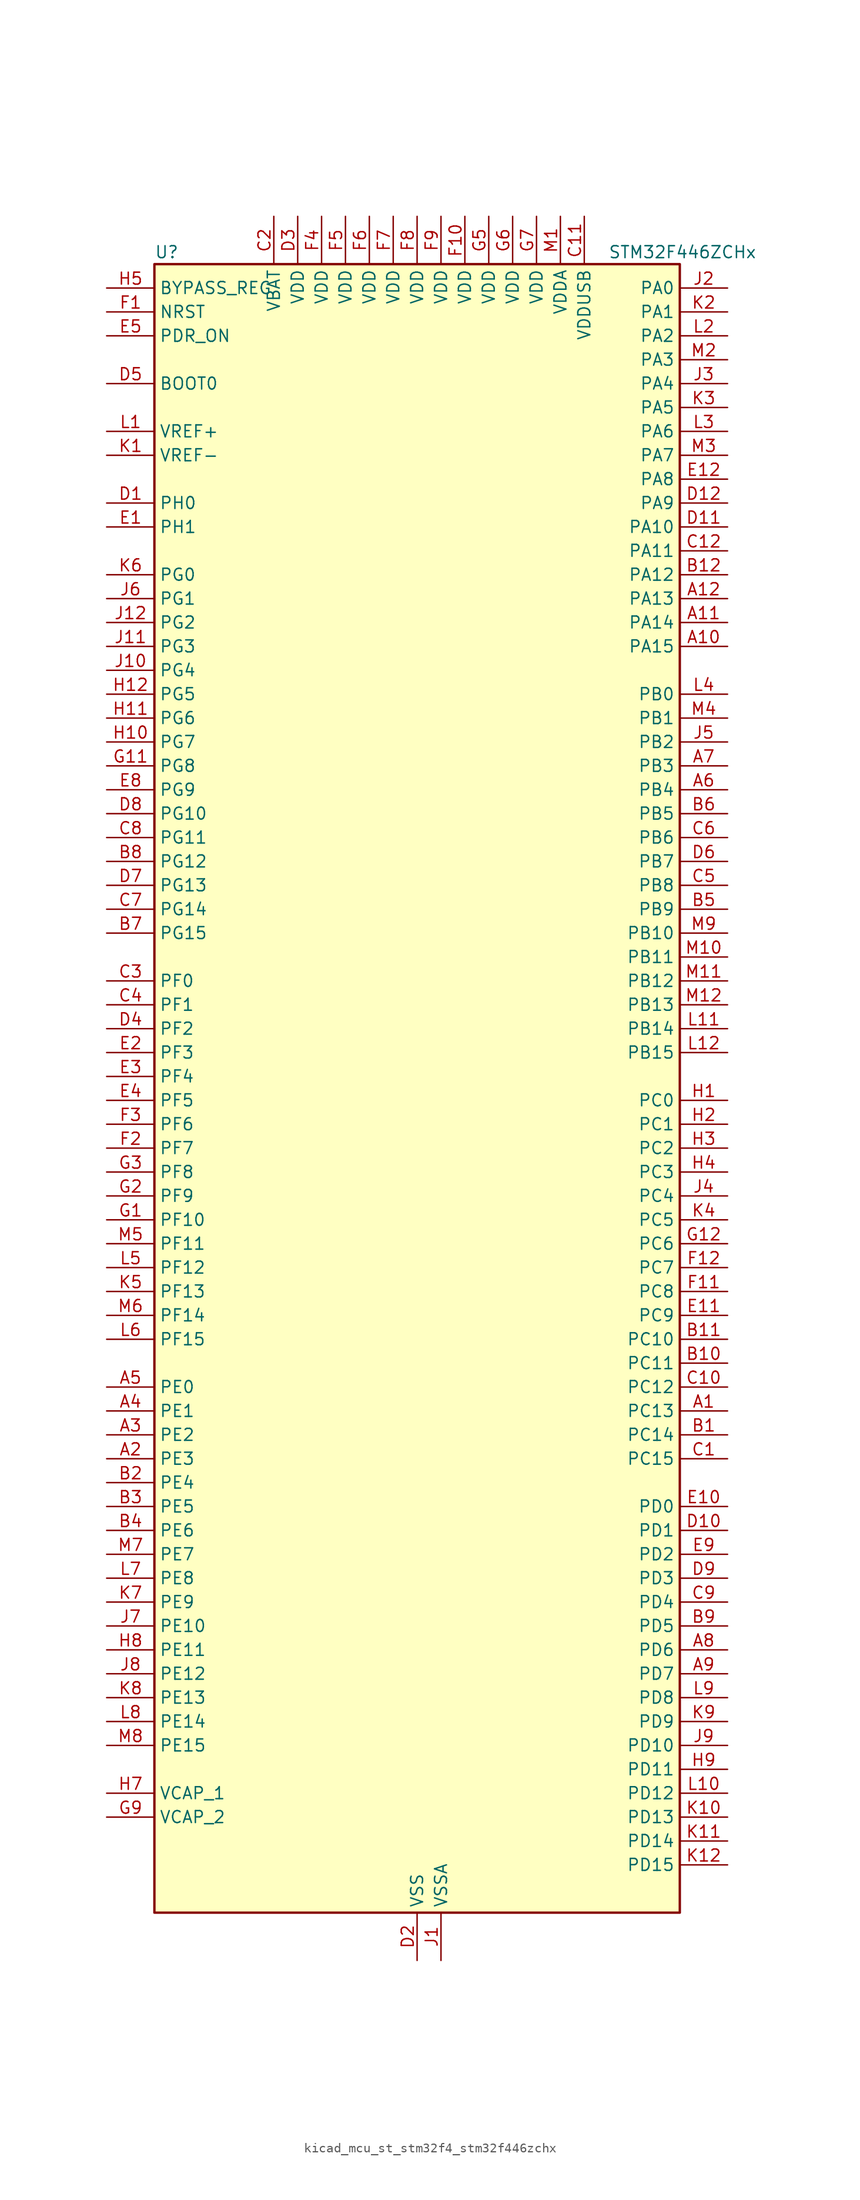
<source format=kicad_sym>
(kicad_symbol_lib
  (version 20220914)
  (generator kicad_symbol_editor)
  (symbol "kicad_mcu_st_stm32f4_stm32f446zchx"
    (property "Reference" "U"
      (at -27.94 90.17 0)
      (effects (font (size 1.27 1.27)) (justify left)))
    (property "Value" "STM32F446ZCHx"
      (at 20.32 90.17 0)
      (effects (font (size 1.27 1.27)) (justify left)))
    (property "ki_locked" ""
      (at 0 0 0)
      (effects (font (size 1.27 1.27))))
    (symbol "kicad_mcu_st_stm32f4_stm32f446zchx_0_1"
      (rectangle (start -27.94 -86.36) (end 27.94 88.9) (stroke (width 0.254) (type default)) (fill (type background))))
    (symbol "kicad_mcu_st_stm32f4_stm32f446zchx_1_1"
      (pin bidirectional line (at 33.02 -33.02 180) (length 5.08) (name "PC13" (effects (font (size 1.27 1.27)))) (number "A1" (effects (font (size 1.27 1.27)))) (alternate "RTC_AF1" bidirectional line) (alternate "SYS_WKUP1" bidirectional line))
      (pin bidirectional line (at 33.02 48.26 180) (length 5.08) (name "PA15" (effects (font (size 1.27 1.27)))) (number "A10" (effects (font (size 1.27 1.27)))) (alternate "ADC1_EXTI15" bidirectional line) (alternate "ADC2_EXTI15" bidirectional line) (alternate "ADC3_EXTI15" bidirectional line) (alternate "CEC" bidirectional line) (alternate "I2S1_WS" bidirectional line) (alternate "I2S3_WS" bidirectional line) (alternate "SPI1_NSS" bidirectional line) (alternate "SPI3_NSS" bidirectional line) (alternate "SYS_JTDI" bidirectional line) (alternate "TIM2_CH1" bidirectional line) (alternate "TIM2_ETR" bidirectional line) (alternate "UART4_RTS" bidirectional line))
      (pin bidirectional line (at 33.02 50.8 180) (length 5.08) (name "PA14" (effects (font (size 1.27 1.27)))) (number "A11" (effects (font (size 1.27 1.27)))) (alternate "SYS_JTCK-SWCLK" bidirectional line))
      (pin bidirectional line (at 33.02 53.34 180) (length 5.08) (name "PA13" (effects (font (size 1.27 1.27)))) (number "A12" (effects (font (size 1.27 1.27)))) (alternate "SYS_JTMS-SWDIO" bidirectional line))
      (pin bidirectional line (at -33.02 -38.1 0) (length 5.08) (name "PE3" (effects (font (size 1.27 1.27)))) (number "A2" (effects (font (size 1.27 1.27)))) (alternate "FMC_A19" bidirectional line) (alternate "SAI1_SD_B" bidirectional line) (alternate "SYS_TRACED0" bidirectional line))
      (pin bidirectional line (at -33.02 -35.56 0) (length 5.08) (name "PE2" (effects (font (size 1.27 1.27)))) (number "A3" (effects (font (size 1.27 1.27)))) (alternate "FMC_A23" bidirectional line) (alternate "QUADSPI_BK1_IO2" bidirectional line) (alternate "SAI1_MCLK_A" bidirectional line) (alternate "SPI4_SCK" bidirectional line) (alternate "SYS_TRACECLK" bidirectional line))
      (pin bidirectional line (at -33.02 -33.02 0) (length 5.08) (name "PE1" (effects (font (size 1.27 1.27)))) (number "A4" (effects (font (size 1.27 1.27)))) (alternate "DCMI_D3" bidirectional line) (alternate "FMC_NBL1" bidirectional line))
      (pin bidirectional line (at -33.02 -30.48 0) (length 5.08) (name "PE0" (effects (font (size 1.27 1.27)))) (number "A5" (effects (font (size 1.27 1.27)))) (alternate "DCMI_D2" bidirectional line) (alternate "FMC_NBL0" bidirectional line) (alternate "SAI2_MCLK_A" bidirectional line) (alternate "TIM4_ETR" bidirectional line))
      (pin bidirectional line (at 33.02 33.02 180) (length 5.08) (name "PB4" (effects (font (size 1.27 1.27)))) (number "A6" (effects (font (size 1.27 1.27)))) (alternate "I2C3_SDA" bidirectional line) (alternate "I2S2_WS" bidirectional line) (alternate "SPI1_MISO" bidirectional line) (alternate "SPI2_NSS" bidirectional line) (alternate "SPI3_MISO" bidirectional line) (alternate "SYS_JTRST" bidirectional line) (alternate "TIM3_CH1" bidirectional line))
      (pin bidirectional line (at 33.02 35.56 180) (length 5.08) (name "PB3" (effects (font (size 1.27 1.27)))) (number "A7" (effects (font (size 1.27 1.27)))) (alternate "I2C2_SDA" bidirectional line) (alternate "I2S1_CK" bidirectional line) (alternate "I2S3_CK" bidirectional line) (alternate "SPI1_SCK" bidirectional line) (alternate "SPI3_SCK" bidirectional line) (alternate "SYS_JTDO-SWO" bidirectional line) (alternate "TIM2_CH2" bidirectional line))
      (pin bidirectional line (at 33.02 -58.42 180) (length 5.08) (name "PD6" (effects (font (size 1.27 1.27)))) (number "A8" (effects (font (size 1.27 1.27)))) (alternate "DCMI_D10" bidirectional line) (alternate "FMC_NWAIT" bidirectional line) (alternate "I2S3_SD" bidirectional line) (alternate "SAI1_SD_A" bidirectional line) (alternate "SPI3_MOSI" bidirectional line) (alternate "USART2_RX" bidirectional line))
      (pin bidirectional line (at 33.02 -60.96 180) (length 5.08) (name "PD7" (effects (font (size 1.27 1.27)))) (number "A9" (effects (font (size 1.27 1.27)))) (alternate "FMC_NE1" bidirectional line) (alternate "SPDIFRX_IN0" bidirectional line) (alternate "USART2_CK" bidirectional line))
      (pin bidirectional line (at 33.02 -35.56 180) (length 5.08) (name "PC14" (effects (font (size 1.27 1.27)))) (number "B1" (effects (font (size 1.27 1.27)))) (alternate "RCC_OSC32_IN" bidirectional line))
      (pin bidirectional line (at 33.02 -27.94 180) (length 5.08) (name "PC11" (effects (font (size 1.27 1.27)))) (number "B10" (effects (font (size 1.27 1.27)))) (alternate "ADC1_EXTI11" bidirectional line) (alternate "ADC2_EXTI11" bidirectional line) (alternate "ADC3_EXTI11" bidirectional line) (alternate "DCMI_D4" bidirectional line) (alternate "QUADSPI_BK2_NCS" bidirectional line) (alternate "SDIO_D3" bidirectional line) (alternate "SPI3_MISO" bidirectional line) (alternate "UART4_RX" bidirectional line) (alternate "USART3_RX" bidirectional line))
      (pin bidirectional line (at 33.02 -25.4 180) (length 5.08) (name "PC10" (effects (font (size 1.27 1.27)))) (number "B11" (effects (font (size 1.27 1.27)))) (alternate "DCMI_D8" bidirectional line) (alternate "I2S3_CK" bidirectional line) (alternate "QUADSPI_BK1_IO1" bidirectional line) (alternate "SDIO_D2" bidirectional line) (alternate "SPI3_SCK" bidirectional line) (alternate "UART4_TX" bidirectional line) (alternate "USART3_TX" bidirectional line))
      (pin bidirectional line (at 33.02 55.88 180) (length 5.08) (name "PA12" (effects (font (size 1.27 1.27)))) (number "B12" (effects (font (size 1.27 1.27)))) (alternate "CAN1_TX" bidirectional line) (alternate "SAI2_FS_B" bidirectional line) (alternate "TIM1_ETR" bidirectional line) (alternate "USART1_RTS" bidirectional line) (alternate "USB_OTG_FS_DP" bidirectional line))
      (pin bidirectional line (at -33.02 -40.64 0) (length 5.08) (name "PE4" (effects (font (size 1.27 1.27)))) (number "B2" (effects (font (size 1.27 1.27)))) (alternate "DCMI_D4" bidirectional line) (alternate "FMC_A20" bidirectional line) (alternate "SAI1_FS_A" bidirectional line) (alternate "SPI4_NSS" bidirectional line) (alternate "SYS_TRACED1" bidirectional line))
      (pin bidirectional line (at -33.02 -43.18 0) (length 5.08) (name "PE5" (effects (font (size 1.27 1.27)))) (number "B3" (effects (font (size 1.27 1.27)))) (alternate "DCMI_D6" bidirectional line) (alternate "FMC_A21" bidirectional line) (alternate "SAI1_SCK_A" bidirectional line) (alternate "SPI4_MISO" bidirectional line) (alternate "SYS_TRACED2" bidirectional line) (alternate "TIM9_CH1" bidirectional line))
      (pin bidirectional line (at -33.02 -45.72 0) (length 5.08) (name "PE6" (effects (font (size 1.27 1.27)))) (number "B4" (effects (font (size 1.27 1.27)))) (alternate "DCMI_D7" bidirectional line) (alternate "FMC_A22" bidirectional line) (alternate "SAI1_SD_A" bidirectional line) (alternate "SPI4_MOSI" bidirectional line) (alternate "SYS_TRACED3" bidirectional line) (alternate "TIM9_CH2" bidirectional line))
      (pin bidirectional line (at 33.02 20.32 180) (length 5.08) (name "PB9" (effects (font (size 1.27 1.27)))) (number "B5" (effects (font (size 1.27 1.27)))) (alternate "CAN1_TX" bidirectional line) (alternate "DAC_EXTI9" bidirectional line) (alternate "DCMI_D7" bidirectional line) (alternate "I2C1_SDA" bidirectional line) (alternate "I2S2_WS" bidirectional line) (alternate "SAI1_FS_B" bidirectional line) (alternate "SDIO_D5" bidirectional line) (alternate "SPI2_NSS" bidirectional line) (alternate "TIM11_CH1" bidirectional line) (alternate "TIM2_CH2" bidirectional line) (alternate "TIM4_CH4" bidirectional line))
      (pin bidirectional line (at 33.02 30.48 180) (length 5.08) (name "PB5" (effects (font (size 1.27 1.27)))) (number "B6" (effects (font (size 1.27 1.27)))) (alternate "CAN2_RX" bidirectional line) (alternate "DCMI_D10" bidirectional line) (alternate "FMC_SDCKE1" bidirectional line) (alternate "I2C1_SMBA" bidirectional line) (alternate "I2S1_SD" bidirectional line) (alternate "I2S3_SD" bidirectional line) (alternate "SPI1_MOSI" bidirectional line) (alternate "SPI3_MOSI" bidirectional line) (alternate "TIM3_CH2" bidirectional line) (alternate "USB_OTG_HS_ULPI_D7" bidirectional line))
      (pin bidirectional line (at -33.02 17.78 0) (length 5.08) (name "PG15" (effects (font (size 1.27 1.27)))) (number "B7" (effects (font (size 1.27 1.27)))) (alternate "ADC1_EXTI15" bidirectional line) (alternate "ADC2_EXTI15" bidirectional line) (alternate "ADC3_EXTI15" bidirectional line) (alternate "DCMI_D13" bidirectional line) (alternate "FMC_SDNCAS" bidirectional line) (alternate "USART6_CTS" bidirectional line))
      (pin bidirectional line (at -33.02 25.4 0) (length 5.08) (name "PG12" (effects (font (size 1.27 1.27)))) (number "B8" (effects (font (size 1.27 1.27)))) (alternate "FMC_NE4" bidirectional line) (alternate "SPDIFRX_IN1" bidirectional line) (alternate "SPI4_MISO" bidirectional line) (alternate "USART6_RTS" bidirectional line))
      (pin bidirectional line (at 33.02 -55.88 180) (length 5.08) (name "PD5" (effects (font (size 1.27 1.27)))) (number "B9" (effects (font (size 1.27 1.27)))) (alternate "FMC_NWE" bidirectional line) (alternate "USART2_TX" bidirectional line))
      (pin bidirectional line (at 33.02 -38.1 180) (length 5.08) (name "PC15" (effects (font (size 1.27 1.27)))) (number "C1" (effects (font (size 1.27 1.27)))) (alternate "ADC1_EXTI15" bidirectional line) (alternate "ADC2_EXTI15" bidirectional line) (alternate "ADC3_EXTI15" bidirectional line) (alternate "RCC_OSC32_OUT" bidirectional line))
      (pin bidirectional line (at 33.02 -30.48 180) (length 5.08) (name "PC12" (effects (font (size 1.27 1.27)))) (number "C10" (effects (font (size 1.27 1.27)))) (alternate "DCMI_D9" bidirectional line) (alternate "I2C2_SDA" bidirectional line) (alternate "I2S3_SD" bidirectional line) (alternate "SDIO_CK" bidirectional line) (alternate "SPI3_MOSI" bidirectional line) (alternate "UART5_TX" bidirectional line) (alternate "USART3_CK" bidirectional line))
      (pin power_in line (at 17.78 93.98 270) (length 5.08) (name "VDDUSB" (effects (font (size 1.27 1.27)))) (number "C11" (effects (font (size 1.27 1.27)))))
      (pin bidirectional line (at 33.02 58.42 180) (length 5.08) (name "PA11" (effects (font (size 1.27 1.27)))) (number "C12" (effects (font (size 1.27 1.27)))) (alternate "ADC1_EXTI11" bidirectional line) (alternate "ADC2_EXTI11" bidirectional line) (alternate "ADC3_EXTI11" bidirectional line) (alternate "CAN1_RX" bidirectional line) (alternate "TIM1_CH4" bidirectional line) (alternate "USART1_CTS" bidirectional line) (alternate "USB_OTG_FS_DM" bidirectional line))
      (pin power_in line (at -15.24 93.98 270) (length 5.08) (name "VBAT" (effects (font (size 1.27 1.27)))) (number "C2" (effects (font (size 1.27 1.27)))))
      (pin bidirectional line (at -33.02 12.7 0) (length 5.08) (name "PF0" (effects (font (size 1.27 1.27)))) (number "C3" (effects (font (size 1.27 1.27)))) (alternate "FMC_A0" bidirectional line) (alternate "I2C2_SDA" bidirectional line))
      (pin bidirectional line (at -33.02 10.16 0) (length 5.08) (name "PF1" (effects (font (size 1.27 1.27)))) (number "C4" (effects (font (size 1.27 1.27)))) (alternate "FMC_A1" bidirectional line) (alternate "I2C2_SCL" bidirectional line))
      (pin bidirectional line (at 33.02 22.86 180) (length 5.08) (name "PB8" (effects (font (size 1.27 1.27)))) (number "C5" (effects (font (size 1.27 1.27)))) (alternate "CAN1_RX" bidirectional line) (alternate "DCMI_D6" bidirectional line) (alternate "I2C1_SCL" bidirectional line) (alternate "SDIO_D4" bidirectional line) (alternate "TIM10_CH1" bidirectional line) (alternate "TIM2_CH1" bidirectional line) (alternate "TIM2_ETR" bidirectional line) (alternate "TIM4_CH3" bidirectional line))
      (pin bidirectional line (at 33.02 27.94 180) (length 5.08) (name "PB6" (effects (font (size 1.27 1.27)))) (number "C6" (effects (font (size 1.27 1.27)))) (alternate "CAN2_TX" bidirectional line) (alternate "CEC" bidirectional line) (alternate "DCMI_D5" bidirectional line) (alternate "FMC_SDNE1" bidirectional line) (alternate "I2C1_SCL" bidirectional line) (alternate "QUADSPI_BK1_NCS" bidirectional line) (alternate "TIM4_CH1" bidirectional line) (alternate "USART1_TX" bidirectional line))
      (pin bidirectional line (at -33.02 20.32 0) (length 5.08) (name "PG14" (effects (font (size 1.27 1.27)))) (number "C7" (effects (font (size 1.27 1.27)))) (alternate "FMC_A25" bidirectional line) (alternate "QUADSPI_BK2_IO3" bidirectional line) (alternate "SPI4_NSS" bidirectional line) (alternate "SYS_TRACED3" bidirectional line) (alternate "USART6_TX" bidirectional line))
      (pin bidirectional line (at -33.02 27.94 0) (length 5.08) (name "PG11" (effects (font (size 1.27 1.27)))) (number "C8" (effects (font (size 1.27 1.27)))) (alternate "ADC1_EXTI11" bidirectional line) (alternate "ADC2_EXTI11" bidirectional line) (alternate "ADC3_EXTI11" bidirectional line) (alternate "DCMI_D3" bidirectional line) (alternate "SPDIFRX_IN0" bidirectional line) (alternate "SPI4_SCK" bidirectional line))
      (pin bidirectional line (at 33.02 -53.34 180) (length 5.08) (name "PD4" (effects (font (size 1.27 1.27)))) (number "C9" (effects (font (size 1.27 1.27)))) (alternate "FMC_NOE" bidirectional line) (alternate "USART2_RTS" bidirectional line))
      (pin bidirectional line (at -33.02 63.5 0) (length 5.08) (name "PH0" (effects (font (size 1.27 1.27)))) (number "D1" (effects (font (size 1.27 1.27)))) (alternate "RCC_OSC_IN" bidirectional line))
      (pin bidirectional line (at 33.02 -45.72 180) (length 5.08) (name "PD1" (effects (font (size 1.27 1.27)))) (number "D10" (effects (font (size 1.27 1.27)))) (alternate "CAN1_TX" bidirectional line) (alternate "FMC_D3" bidirectional line) (alternate "FMC_DA3" bidirectional line) (alternate "I2S2_WS" bidirectional line) (alternate "SPI2_NSS" bidirectional line))
      (pin bidirectional line (at 33.02 60.96 180) (length 5.08) (name "PA10" (effects (font (size 1.27 1.27)))) (number "D11" (effects (font (size 1.27 1.27)))) (alternate "DCMI_D1" bidirectional line) (alternate "TIM1_CH3" bidirectional line) (alternate "USART1_RX" bidirectional line) (alternate "USB_OTG_FS_ID" bidirectional line))
      (pin bidirectional line (at 33.02 63.5 180) (length 5.08) (name "PA9" (effects (font (size 1.27 1.27)))) (number "D12" (effects (font (size 1.27 1.27)))) (alternate "DAC_EXTI9" bidirectional line) (alternate "DCMI_D0" bidirectional line) (alternate "I2C3_SMBA" bidirectional line) (alternate "I2S2_CK" bidirectional line) (alternate "SAI1_SD_B" bidirectional line) (alternate "SPI2_SCK" bidirectional line) (alternate "TIM1_CH2" bidirectional line) (alternate "USART1_TX" bidirectional line) (alternate "USB_OTG_FS_VBUS" bidirectional line))
      (pin power_in line (at 0 -91.44 90) (length 5.08) (name "VSS" (effects (font (size 1.27 1.27)))) (number "D2" (effects (font (size 1.27 1.27)))))
      (pin power_in line (at -12.7 93.98 270) (length 5.08) (name "VDD" (effects (font (size 1.27 1.27)))) (number "D3" (effects (font (size 1.27 1.27)))))
      (pin bidirectional line (at -33.02 7.62 0) (length 5.08) (name "PF2" (effects (font (size 1.27 1.27)))) (number "D4" (effects (font (size 1.27 1.27)))) (alternate "FMC_A2" bidirectional line) (alternate "I2C2_SMBA" bidirectional line))
      (pin input line (at -33.02 76.2 0) (length 5.08) (name "BOOT0" (effects (font (size 1.27 1.27)))) (number "D5" (effects (font (size 1.27 1.27)))))
      (pin bidirectional line (at 33.02 25.4 180) (length 5.08) (name "PB7" (effects (font (size 1.27 1.27)))) (number "D6" (effects (font (size 1.27 1.27)))) (alternate "DCMI_VSYNC" bidirectional line) (alternate "FMC_NL" bidirectional line) (alternate "I2C1_SDA" bidirectional line) (alternate "SPDIFRX_IN0" bidirectional line) (alternate "TIM4_CH2" bidirectional line) (alternate "USART1_RX" bidirectional line))
      (pin bidirectional line (at -33.02 22.86 0) (length 5.08) (name "PG13" (effects (font (size 1.27 1.27)))) (number "D7" (effects (font (size 1.27 1.27)))) (alternate "FMC_A24" bidirectional line) (alternate "SPI4_MOSI" bidirectional line) (alternate "SYS_TRACED2" bidirectional line) (alternate "USART6_CTS" bidirectional line))
      (pin bidirectional line (at -33.02 30.48 0) (length 5.08) (name "PG10" (effects (font (size 1.27 1.27)))) (number "D8" (effects (font (size 1.27 1.27)))) (alternate "DCMI_D2" bidirectional line) (alternate "FMC_NE3" bidirectional line) (alternate "SAI2_SD_B" bidirectional line))
      (pin bidirectional line (at 33.02 -50.8 180) (length 5.08) (name "PD3" (effects (font (size 1.27 1.27)))) (number "D9" (effects (font (size 1.27 1.27)))) (alternate "DCMI_D5" bidirectional line) (alternate "FMC_CLK" bidirectional line) (alternate "I2S2_CK" bidirectional line) (alternate "QUADSPI_CLK" bidirectional line) (alternate "SPI2_SCK" bidirectional line) (alternate "SYS_TRACED1" bidirectional line) (alternate "USART2_CTS" bidirectional line))
      (pin bidirectional line (at -33.02 60.96 0) (length 5.08) (name "PH1" (effects (font (size 1.27 1.27)))) (number "E1" (effects (font (size 1.27 1.27)))) (alternate "RCC_OSC_OUT" bidirectional line))
      (pin bidirectional line (at 33.02 -43.18 180) (length 5.08) (name "PD0" (effects (font (size 1.27 1.27)))) (number "E10" (effects (font (size 1.27 1.27)))) (alternate "CAN1_RX" bidirectional line) (alternate "FMC_D2" bidirectional line) (alternate "FMC_DA2" bidirectional line) (alternate "I2S3_SD" bidirectional line) (alternate "SPI3_MOSI" bidirectional line) (alternate "SPI4_MISO" bidirectional line))
      (pin bidirectional line (at 33.02 -22.86 180) (length 5.08) (name "PC9" (effects (font (size 1.27 1.27)))) (number "E11" (effects (font (size 1.27 1.27)))) (alternate "DAC_EXTI9" bidirectional line) (alternate "DCMI_D3" bidirectional line) (alternate "I2C3_SDA" bidirectional line) (alternate "I2S_CKIN" bidirectional line) (alternate "QUADSPI_BK1_IO0" bidirectional line) (alternate "RCC_MCO_2" bidirectional line) (alternate "SDIO_D1" bidirectional line) (alternate "TIM3_CH4" bidirectional line) (alternate "TIM8_CH4" bidirectional line) (alternate "UART5_CTS" bidirectional line))
      (pin bidirectional line (at 33.02 66.04 180) (length 5.08) (name "PA8" (effects (font (size 1.27 1.27)))) (number "E12" (effects (font (size 1.27 1.27)))) (alternate "I2C3_SCL" bidirectional line) (alternate "RCC_MCO_1" bidirectional line) (alternate "TIM1_CH1" bidirectional line) (alternate "USART1_CK" bidirectional line) (alternate "USB_OTG_FS_SOF" bidirectional line))
      (pin bidirectional line (at -33.02 5.08 0) (length 5.08) (name "PF3" (effects (font (size 1.27 1.27)))) (number "E2" (effects (font (size 1.27 1.27)))) (alternate "ADC3_IN9" bidirectional line) (alternate "FMC_A3" bidirectional line))
      (pin bidirectional line (at -33.02 2.54 0) (length 5.08) (name "PF4" (effects (font (size 1.27 1.27)))) (number "E3" (effects (font (size 1.27 1.27)))) (alternate "ADC3_IN14" bidirectional line) (alternate "FMC_A4" bidirectional line))
      (pin bidirectional line (at -33.02 0 0) (length 5.08) (name "PF5" (effects (font (size 1.27 1.27)))) (number "E4" (effects (font (size 1.27 1.27)))) (alternate "ADC3_IN15" bidirectional line) (alternate "FMC_A5" bidirectional line))
      (pin input line (at -33.02 81.28 0) (length 5.08) (name "PDR_ON" (effects (font (size 1.27 1.27)))) (number "E5" (effects (font (size 1.27 1.27)))))
      (pin passive line (at 0 -91.44 90) (length 5.08) hide (name "VSS" (effects (font (size 1.27 1.27)))) (number "E6" (effects (font (size 1.27 1.27)))))
      (pin passive line (at 0 -91.44 90) (length 5.08) hide (name "VSS" (effects (font (size 1.27 1.27)))) (number "E7" (effects (font (size 1.27 1.27)))))
      (pin bidirectional line (at -33.02 33.02 0) (length 5.08) (name "PG9" (effects (font (size 1.27 1.27)))) (number "E8" (effects (font (size 1.27 1.27)))) (alternate "DAC_EXTI9" bidirectional line) (alternate "DCMI_VSYNC" bidirectional line) (alternate "FMC_NCE3" bidirectional line) (alternate "FMC_NE2" bidirectional line) (alternate "QUADSPI_BK2_IO2" bidirectional line) (alternate "SAI2_FS_B" bidirectional line) (alternate "SPDIFRX_IN3" bidirectional line) (alternate "USART6_RX" bidirectional line))
      (pin bidirectional line (at 33.02 -48.26 180) (length 5.08) (name "PD2" (effects (font (size 1.27 1.27)))) (number "E9" (effects (font (size 1.27 1.27)))) (alternate "DCMI_D11" bidirectional line) (alternate "SDIO_CMD" bidirectional line) (alternate "TIM3_ETR" bidirectional line) (alternate "UART5_RX" bidirectional line))
      (pin input line (at -33.02 83.82 0) (length 5.08) (name "NRST" (effects (font (size 1.27 1.27)))) (number "F1" (effects (font (size 1.27 1.27)))))
      (pin power_in line (at 5.08 93.98 270) (length 5.08) (name "VDD" (effects (font (size 1.27 1.27)))) (number "F10" (effects (font (size 1.27 1.27)))))
      (pin bidirectional line (at 33.02 -20.32 180) (length 5.08) (name "PC8" (effects (font (size 1.27 1.27)))) (number "F11" (effects (font (size 1.27 1.27)))) (alternate "DCMI_D2" bidirectional line) (alternate "SDIO_D0" bidirectional line) (alternate "SYS_TRACED0" bidirectional line) (alternate "TIM3_CH3" bidirectional line) (alternate "TIM8_CH3" bidirectional line) (alternate "UART5_RTS" bidirectional line) (alternate "USART6_CK" bidirectional line))
      (pin bidirectional line (at 33.02 -17.78 180) (length 5.08) (name "PC7" (effects (font (size 1.27 1.27)))) (number "F12" (effects (font (size 1.27 1.27)))) (alternate "DCMI_D1" bidirectional line) (alternate "FMPI2C1_SDA" bidirectional line) (alternate "I2S2_CK" bidirectional line) (alternate "I2S3_MCK" bidirectional line) (alternate "SDIO_D7" bidirectional line) (alternate "SPDIFRX_IN1" bidirectional line) (alternate "SPI2_SCK" bidirectional line) (alternate "TIM3_CH2" bidirectional line) (alternate "TIM8_CH2" bidirectional line) (alternate "USART6_RX" bidirectional line))
      (pin bidirectional line (at -33.02 -5.08 0) (length 5.08) (name "PF7" (effects (font (size 1.27 1.27)))) (number "F2" (effects (font (size 1.27 1.27)))) (alternate "ADC3_IN5" bidirectional line) (alternate "QUADSPI_BK1_IO2" bidirectional line) (alternate "SAI1_MCLK_B" bidirectional line) (alternate "TIM11_CH1" bidirectional line))
      (pin bidirectional line (at -33.02 -2.54 0) (length 5.08) (name "PF6" (effects (font (size 1.27 1.27)))) (number "F3" (effects (font (size 1.27 1.27)))) (alternate "ADC3_IN4" bidirectional line) (alternate "QUADSPI_BK1_IO3" bidirectional line) (alternate "SAI1_SD_B" bidirectional line) (alternate "TIM10_CH1" bidirectional line))
      (pin power_in line (at -10.16 93.98 270) (length 5.08) (name "VDD" (effects (font (size 1.27 1.27)))) (number "F4" (effects (font (size 1.27 1.27)))))
      (pin power_in line (at -7.62 93.98 270) (length 5.08) (name "VDD" (effects (font (size 1.27 1.27)))) (number "F5" (effects (font (size 1.27 1.27)))))
      (pin power_in line (at -5.08 93.98 270) (length 5.08) (name "VDD" (effects (font (size 1.27 1.27)))) (number "F6" (effects (font (size 1.27 1.27)))))
      (pin power_in line (at -2.54 93.98 270) (length 5.08) (name "VDD" (effects (font (size 1.27 1.27)))) (number "F7" (effects (font (size 1.27 1.27)))))
      (pin power_in line (at 0 93.98 270) (length 5.08) (name "VDD" (effects (font (size 1.27 1.27)))) (number "F8" (effects (font (size 1.27 1.27)))))
      (pin power_in line (at 2.54 93.98 270) (length 5.08) (name "VDD" (effects (font (size 1.27 1.27)))) (number "F9" (effects (font (size 1.27 1.27)))))
      (pin bidirectional line (at -33.02 -12.7 0) (length 5.08) (name "PF10" (effects (font (size 1.27 1.27)))) (number "G1" (effects (font (size 1.27 1.27)))) (alternate "ADC3_IN8" bidirectional line) (alternate "DCMI_D11" bidirectional line))
      (pin passive line (at 0 -91.44 90) (length 5.08) hide (name "VSS" (effects (font (size 1.27 1.27)))) (number "G10" (effects (font (size 1.27 1.27)))))
      (pin bidirectional line (at -33.02 35.56 0) (length 5.08) (name "PG8" (effects (font (size 1.27 1.27)))) (number "G11" (effects (font (size 1.27 1.27)))) (alternate "FMC_SDCLK" bidirectional line) (alternate "SPDIFRX_IN2" bidirectional line) (alternate "USART6_RTS" bidirectional line))
      (pin bidirectional line (at 33.02 -15.24 180) (length 5.08) (name "PC6" (effects (font (size 1.27 1.27)))) (number "G12" (effects (font (size 1.27 1.27)))) (alternate "DCMI_D0" bidirectional line) (alternate "FMPI2C1_SCL" bidirectional line) (alternate "I2S2_MCK" bidirectional line) (alternate "SDIO_D6" bidirectional line) (alternate "TIM3_CH1" bidirectional line) (alternate "TIM8_CH1" bidirectional line) (alternate "USART6_TX" bidirectional line))
      (pin bidirectional line (at -33.02 -10.16 0) (length 5.08) (name "PF9" (effects (font (size 1.27 1.27)))) (number "G2" (effects (font (size 1.27 1.27)))) (alternate "ADC3_IN7" bidirectional line) (alternate "DAC_EXTI9" bidirectional line) (alternate "QUADSPI_BK1_IO1" bidirectional line) (alternate "SAI1_FS_B" bidirectional line) (alternate "TIM14_CH1" bidirectional line))
      (pin bidirectional line (at -33.02 -7.62 0) (length 5.08) (name "PF8" (effects (font (size 1.27 1.27)))) (number "G3" (effects (font (size 1.27 1.27)))) (alternate "ADC3_IN6" bidirectional line) (alternate "QUADSPI_BK1_IO0" bidirectional line) (alternate "SAI1_SCK_B" bidirectional line) (alternate "TIM13_CH1" bidirectional line))
      (pin passive line (at 0 -91.44 90) (length 5.08) hide (name "VSS" (effects (font (size 1.27 1.27)))) (number "G4" (effects (font (size 1.27 1.27)))))
      (pin power_in line (at 7.62 93.98 270) (length 5.08) (name "VDD" (effects (font (size 1.27 1.27)))) (number "G5" (effects (font (size 1.27 1.27)))))
      (pin power_in line (at 10.16 93.98 270) (length 5.08) (name "VDD" (effects (font (size 1.27 1.27)))) (number "G6" (effects (font (size 1.27 1.27)))))
      (pin power_in line (at 12.7 93.98 270) (length 5.08) (name "VDD" (effects (font (size 1.27 1.27)))) (number "G7" (effects (font (size 1.27 1.27)))))
      (pin passive line (at 0 -91.44 90) (length 5.08) hide (name "VSS" (effects (font (size 1.27 1.27)))) (number "G8" (effects (font (size 1.27 1.27)))))
      (pin power_out line (at -33.02 -76.2 0) (length 5.08) (name "VCAP_2" (effects (font (size 1.27 1.27)))) (number "G9" (effects (font (size 1.27 1.27)))))
      (pin bidirectional line (at 33.02 0 180) (length 5.08) (name "PC0" (effects (font (size 1.27 1.27)))) (number "H1" (effects (font (size 1.27 1.27)))) (alternate "ADC1_IN10" bidirectional line) (alternate "ADC2_IN10" bidirectional line) (alternate "ADC3_IN10" bidirectional line) (alternate "FMC_SDNWE" bidirectional line) (alternate "SAI1_MCLK_B" bidirectional line) (alternate "USB_OTG_HS_ULPI_STP" bidirectional line))
      (pin bidirectional line (at -33.02 38.1 0) (length 5.08) (name "PG7" (effects (font (size 1.27 1.27)))) (number "H10" (effects (font (size 1.27 1.27)))) (alternate "DCMI_D13" bidirectional line) (alternate "FMC_INT3" bidirectional line) (alternate "USART6_CK" bidirectional line))
      (pin bidirectional line (at -33.02 40.64 0) (length 5.08) (name "PG6" (effects (font (size 1.27 1.27)))) (number "H11" (effects (font (size 1.27 1.27)))) (alternate "DCMI_D12" bidirectional line) (alternate "QUADSPI_BK1_NCS" bidirectional line))
      (pin bidirectional line (at -33.02 43.18 0) (length 5.08) (name "PG5" (effects (font (size 1.27 1.27)))) (number "H12" (effects (font (size 1.27 1.27)))) (alternate "FMC_A15" bidirectional line) (alternate "FMC_BA1" bidirectional line))
      (pin bidirectional line (at 33.02 -2.54 180) (length 5.08) (name "PC1" (effects (font (size 1.27 1.27)))) (number "H2" (effects (font (size 1.27 1.27)))) (alternate "ADC1_IN11" bidirectional line) (alternate "ADC2_IN11" bidirectional line) (alternate "ADC3_IN11" bidirectional line) (alternate "I2S2_SD" bidirectional line) (alternate "I2S3_SD" bidirectional line) (alternate "SAI1_SD_A" bidirectional line) (alternate "SPI2_MOSI" bidirectional line) (alternate "SPI3_MOSI" bidirectional line))
      (pin bidirectional line (at 33.02 -5.08 180) (length 5.08) (name "PC2" (effects (font (size 1.27 1.27)))) (number "H3" (effects (font (size 1.27 1.27)))) (alternate "ADC1_IN12" bidirectional line) (alternate "ADC2_IN12" bidirectional line) (alternate "ADC3_IN12" bidirectional line) (alternate "FMC_SDNE0" bidirectional line) (alternate "SPI2_MISO" bidirectional line) (alternate "USB_OTG_HS_ULPI_DIR" bidirectional line))
      (pin bidirectional line (at 33.02 -7.62 180) (length 5.08) (name "PC3" (effects (font (size 1.27 1.27)))) (number "H4" (effects (font (size 1.27 1.27)))) (alternate "ADC1_IN13" bidirectional line) (alternate "ADC2_IN13" bidirectional line) (alternate "ADC3_IN13" bidirectional line) (alternate "FMC_SDCKE0" bidirectional line) (alternate "I2S2_SD" bidirectional line) (alternate "SPI2_MOSI" bidirectional line) (alternate "USB_OTG_HS_ULPI_NXT" bidirectional line))
      (pin input line (at -33.02 86.36 0) (length 5.08) (name "BYPASS_REG" (effects (font (size 1.27 1.27)))) (number "H5" (effects (font (size 1.27 1.27)))))
      (pin passive line (at 0 -91.44 90) (length 5.08) hide (name "VSS" (effects (font (size 1.27 1.27)))) (number "H6" (effects (font (size 1.27 1.27)))))
      (pin power_out line (at -33.02 -73.66 0) (length 5.08) (name "VCAP_1" (effects (font (size 1.27 1.27)))) (number "H7" (effects (font (size 1.27 1.27)))))
      (pin bidirectional line (at -33.02 -58.42 0) (length 5.08) (name "PE11" (effects (font (size 1.27 1.27)))) (number "H8" (effects (font (size 1.27 1.27)))) (alternate "ADC1_EXTI11" bidirectional line) (alternate "ADC2_EXTI11" bidirectional line) (alternate "ADC3_EXTI11" bidirectional line) (alternate "FMC_D8" bidirectional line) (alternate "FMC_DA8" bidirectional line) (alternate "SAI2_SD_B" bidirectional line) (alternate "SPI4_NSS" bidirectional line) (alternate "TIM1_CH2" bidirectional line))
      (pin bidirectional line (at 33.02 -71.12 180) (length 5.08) (name "PD11" (effects (font (size 1.27 1.27)))) (number "H9" (effects (font (size 1.27 1.27)))) (alternate "ADC1_EXTI11" bidirectional line) (alternate "ADC2_EXTI11" bidirectional line) (alternate "ADC3_EXTI11" bidirectional line) (alternate "FMC_A16" bidirectional line) (alternate "FMC_CLE" bidirectional line) (alternate "FMPI2C1_SMBA" bidirectional line) (alternate "QUADSPI_BK1_IO0" bidirectional line) (alternate "SAI2_SD_A" bidirectional line) (alternate "USART3_CTS" bidirectional line))
      (pin power_in line (at 2.54 -91.44 90) (length 5.08) (name "VSSA" (effects (font (size 1.27 1.27)))) (number "J1" (effects (font (size 1.27 1.27)))))
      (pin bidirectional line (at -33.02 45.72 0) (length 5.08) (name "PG4" (effects (font (size 1.27 1.27)))) (number "J10" (effects (font (size 1.27 1.27)))) (alternate "FMC_A14" bidirectional line) (alternate "FMC_BA0" bidirectional line))
      (pin bidirectional line (at -33.02 48.26 0) (length 5.08) (name "PG3" (effects (font (size 1.27 1.27)))) (number "J11" (effects (font (size 1.27 1.27)))) (alternate "FMC_A13" bidirectional line))
      (pin bidirectional line (at -33.02 50.8 0) (length 5.08) (name "PG2" (effects (font (size 1.27 1.27)))) (number "J12" (effects (font (size 1.27 1.27)))) (alternate "FMC_A12" bidirectional line))
      (pin bidirectional line (at 33.02 86.36 180) (length 5.08) (name "PA0" (effects (font (size 1.27 1.27)))) (number "J2" (effects (font (size 1.27 1.27)))) (alternate "ADC1_IN0" bidirectional line) (alternate "ADC2_IN0" bidirectional line) (alternate "ADC3_IN0" bidirectional line) (alternate "RTC_AF2" bidirectional line) (alternate "SYS_WKUP0" bidirectional line) (alternate "TIM2_CH1" bidirectional line) (alternate "TIM2_ETR" bidirectional line) (alternate "TIM5_CH1" bidirectional line) (alternate "TIM8_ETR" bidirectional line) (alternate "UART4_TX" bidirectional line) (alternate "USART2_CTS" bidirectional line))
      (pin bidirectional line (at 33.02 76.2 180) (length 5.08) (name "PA4" (effects (font (size 1.27 1.27)))) (number "J3" (effects (font (size 1.27 1.27)))) (alternate "ADC1_IN4" bidirectional line) (alternate "ADC2_IN4" bidirectional line) (alternate "DAC_OUT1" bidirectional line) (alternate "DCMI_HSYNC" bidirectional line) (alternate "I2S1_WS" bidirectional line) (alternate "I2S3_WS" bidirectional line) (alternate "SPI1_NSS" bidirectional line) (alternate "SPI3_NSS" bidirectional line) (alternate "USART2_CK" bidirectional line) (alternate "USB_OTG_HS_SOF" bidirectional line))
      (pin bidirectional line (at 33.02 -10.16 180) (length 5.08) (name "PC4" (effects (font (size 1.27 1.27)))) (number "J4" (effects (font (size 1.27 1.27)))) (alternate "ADC1_IN14" bidirectional line) (alternate "ADC2_IN14" bidirectional line) (alternate "FMC_SDNE0" bidirectional line) (alternate "I2S1_MCK" bidirectional line) (alternate "SPDIFRX_IN2" bidirectional line))
      (pin bidirectional line (at 33.02 38.1 180) (length 5.08) (name "PB2" (effects (font (size 1.27 1.27)))) (number "J5" (effects (font (size 1.27 1.27)))) (alternate "I2S3_SD" bidirectional line) (alternate "QUADSPI_CLK" bidirectional line) (alternate "SAI1_SD_A" bidirectional line) (alternate "SDIO_CK" bidirectional line) (alternate "SPI3_MOSI" bidirectional line) (alternate "TIM2_CH4" bidirectional line) (alternate "USB_OTG_HS_ULPI_D4" bidirectional line))
      (pin bidirectional line (at -33.02 53.34 0) (length 5.08) (name "PG1" (effects (font (size 1.27 1.27)))) (number "J6" (effects (font (size 1.27 1.27)))) (alternate "FMC_A11" bidirectional line))
      (pin bidirectional line (at -33.02 -55.88 0) (length 5.08) (name "PE10" (effects (font (size 1.27 1.27)))) (number "J7" (effects (font (size 1.27 1.27)))) (alternate "FMC_D7" bidirectional line) (alternate "FMC_DA7" bidirectional line) (alternate "QUADSPI_BK2_IO3" bidirectional line) (alternate "TIM1_CH2N" bidirectional line))
      (pin bidirectional line (at -33.02 -60.96 0) (length 5.08) (name "PE12" (effects (font (size 1.27 1.27)))) (number "J8" (effects (font (size 1.27 1.27)))) (alternate "FMC_D9" bidirectional line) (alternate "FMC_DA9" bidirectional line) (alternate "SAI2_SCK_B" bidirectional line) (alternate "SPI4_SCK" bidirectional line) (alternate "TIM1_CH3N" bidirectional line))
      (pin bidirectional line (at 33.02 -68.58 180) (length 5.08) (name "PD10" (effects (font (size 1.27 1.27)))) (number "J9" (effects (font (size 1.27 1.27)))) (alternate "FMC_D15" bidirectional line) (alternate "FMC_DA15" bidirectional line) (alternate "USART3_CK" bidirectional line))
      (pin input line (at -33.02 68.58 0) (length 5.08) (name "VREF-" (effects (font (size 1.27 1.27)))) (number "K1" (effects (font (size 1.27 1.27)))))
      (pin bidirectional line (at 33.02 -76.2 180) (length 5.08) (name "PD13" (effects (font (size 1.27 1.27)))) (number "K10" (effects (font (size 1.27 1.27)))) (alternate "FMC_A18" bidirectional line) (alternate "FMPI2C1_SDA" bidirectional line) (alternate "QUADSPI_BK1_IO3" bidirectional line) (alternate "SAI2_SCK_A" bidirectional line) (alternate "TIM4_CH2" bidirectional line))
      (pin bidirectional line (at 33.02 -78.74 180) (length 5.08) (name "PD14" (effects (font (size 1.27 1.27)))) (number "K11" (effects (font (size 1.27 1.27)))) (alternate "FMC_D0" bidirectional line) (alternate "FMC_DA0" bidirectional line) (alternate "FMPI2C1_SCL" bidirectional line) (alternate "SAI2_SCK_A" bidirectional line) (alternate "TIM4_CH3" bidirectional line))
      (pin bidirectional line (at 33.02 -81.28 180) (length 5.08) (name "PD15" (effects (font (size 1.27 1.27)))) (number "K12" (effects (font (size 1.27 1.27)))) (alternate "ADC1_EXTI15" bidirectional line) (alternate "ADC2_EXTI15" bidirectional line) (alternate "ADC3_EXTI15" bidirectional line) (alternate "FMC_D1" bidirectional line) (alternate "FMC_DA1" bidirectional line) (alternate "FMPI2C1_SDA" bidirectional line) (alternate "TIM4_CH4" bidirectional line))
      (pin bidirectional line (at 33.02 83.82 180) (length 5.08) (name "PA1" (effects (font (size 1.27 1.27)))) (number "K2" (effects (font (size 1.27 1.27)))) (alternate "ADC1_IN1" bidirectional line) (alternate "ADC2_IN1" bidirectional line) (alternate "ADC3_IN1" bidirectional line) (alternate "QUADSPI_BK1_IO3" bidirectional line) (alternate "SAI2_MCLK_B" bidirectional line) (alternate "TIM2_CH2" bidirectional line) (alternate "TIM5_CH2" bidirectional line) (alternate "UART4_RX" bidirectional line) (alternate "USART2_RTS" bidirectional line))
      (pin bidirectional line (at 33.02 73.66 180) (length 5.08) (name "PA5" (effects (font (size 1.27 1.27)))) (number "K3" (effects (font (size 1.27 1.27)))) (alternate "ADC1_IN5" bidirectional line) (alternate "ADC2_IN5" bidirectional line) (alternate "DAC_OUT2" bidirectional line) (alternate "I2S1_CK" bidirectional line) (alternate "SPI1_SCK" bidirectional line) (alternate "TIM2_CH1" bidirectional line) (alternate "TIM2_ETR" bidirectional line) (alternate "TIM8_CH1N" bidirectional line) (alternate "USB_OTG_HS_ULPI_CK" bidirectional line))
      (pin bidirectional line (at 33.02 -12.7 180) (length 5.08) (name "PC5" (effects (font (size 1.27 1.27)))) (number "K4" (effects (font (size 1.27 1.27)))) (alternate "ADC1_IN15" bidirectional line) (alternate "ADC2_IN15" bidirectional line) (alternate "FMC_SDCKE0" bidirectional line) (alternate "SPDIFRX_IN3" bidirectional line) (alternate "USART3_RX" bidirectional line))
      (pin bidirectional line (at -33.02 -20.32 0) (length 5.08) (name "PF13" (effects (font (size 1.27 1.27)))) (number "K5" (effects (font (size 1.27 1.27)))) (alternate "FMC_A7" bidirectional line) (alternate "FMPI2C1_SMBA" bidirectional line))
      (pin bidirectional line (at -33.02 55.88 0) (length 5.08) (name "PG0" (effects (font (size 1.27 1.27)))) (number "K6" (effects (font (size 1.27 1.27)))) (alternate "FMC_A10" bidirectional line))
      (pin bidirectional line (at -33.02 -53.34 0) (length 5.08) (name "PE9" (effects (font (size 1.27 1.27)))) (number "K7" (effects (font (size 1.27 1.27)))) (alternate "DAC_EXTI9" bidirectional line) (alternate "FMC_D6" bidirectional line) (alternate "FMC_DA6" bidirectional line) (alternate "QUADSPI_BK2_IO2" bidirectional line) (alternate "TIM1_CH1" bidirectional line))
      (pin bidirectional line (at -33.02 -63.5 0) (length 5.08) (name "PE13" (effects (font (size 1.27 1.27)))) (number "K8" (effects (font (size 1.27 1.27)))) (alternate "FMC_D10" bidirectional line) (alternate "FMC_DA10" bidirectional line) (alternate "SAI2_FS_B" bidirectional line) (alternate "SPI4_MISO" bidirectional line) (alternate "TIM1_CH3" bidirectional line))
      (pin bidirectional line (at 33.02 -66.04 180) (length 5.08) (name "PD9" (effects (font (size 1.27 1.27)))) (number "K9" (effects (font (size 1.27 1.27)))) (alternate "DAC_EXTI9" bidirectional line) (alternate "FMC_D14" bidirectional line) (alternate "FMC_DA14" bidirectional line) (alternate "USART3_RX" bidirectional line))
      (pin input line (at -33.02 71.12 0) (length 5.08) (name "VREF+" (effects (font (size 1.27 1.27)))) (number "L1" (effects (font (size 1.27 1.27)))))
      (pin bidirectional line (at 33.02 -73.66 180) (length 5.08) (name "PD12" (effects (font (size 1.27 1.27)))) (number "L10" (effects (font (size 1.27 1.27)))) (alternate "FMC_A17" bidirectional line) (alternate "FMC_ALE" bidirectional line) (alternate "FMPI2C1_SCL" bidirectional line) (alternate "QUADSPI_BK1_IO1" bidirectional line) (alternate "SAI2_FS_A" bidirectional line) (alternate "TIM4_CH1" bidirectional line) (alternate "USART3_RTS" bidirectional line))
      (pin bidirectional line (at 33.02 7.62 180) (length 5.08) (name "PB14" (effects (font (size 1.27 1.27)))) (number "L11" (effects (font (size 1.27 1.27)))) (alternate "SPI2_MISO" bidirectional line) (alternate "TIM12_CH1" bidirectional line) (alternate "TIM1_CH2N" bidirectional line) (alternate "TIM8_CH2N" bidirectional line) (alternate "USART3_RTS" bidirectional line) (alternate "USB_OTG_HS_DM" bidirectional line))
      (pin bidirectional line (at 33.02 5.08 180) (length 5.08) (name "PB15" (effects (font (size 1.27 1.27)))) (number "L12" (effects (font (size 1.27 1.27)))) (alternate "ADC1_EXTI15" bidirectional line) (alternate "ADC2_EXTI15" bidirectional line) (alternate "ADC3_EXTI15" bidirectional line) (alternate "I2S2_SD" bidirectional line) (alternate "RTC_REFIN" bidirectional line) (alternate "SPI2_MOSI" bidirectional line) (alternate "TIM12_CH2" bidirectional line) (alternate "TIM1_CH3N" bidirectional line) (alternate "TIM8_CH3N" bidirectional line) (alternate "USB_OTG_HS_DP" bidirectional line))
      (pin bidirectional line (at 33.02 81.28 180) (length 5.08) (name "PA2" (effects (font (size 1.27 1.27)))) (number "L2" (effects (font (size 1.27 1.27)))) (alternate "ADC1_IN2" bidirectional line) (alternate "ADC2_IN2" bidirectional line) (alternate "ADC3_IN2" bidirectional line) (alternate "SAI2_SCK_B" bidirectional line) (alternate "TIM2_CH3" bidirectional line) (alternate "TIM5_CH3" bidirectional line) (alternate "TIM9_CH1" bidirectional line) (alternate "USART2_TX" bidirectional line))
      (pin bidirectional line (at 33.02 71.12 180) (length 5.08) (name "PA6" (effects (font (size 1.27 1.27)))) (number "L3" (effects (font (size 1.27 1.27)))) (alternate "ADC1_IN6" bidirectional line) (alternate "ADC2_IN6" bidirectional line) (alternate "DCMI_PIXCLK" bidirectional line) (alternate "I2S2_MCK" bidirectional line) (alternate "SPI1_MISO" bidirectional line) (alternate "TIM13_CH1" bidirectional line) (alternate "TIM1_BKIN" bidirectional line) (alternate "TIM3_CH1" bidirectional line) (alternate "TIM8_BKIN" bidirectional line))
      (pin bidirectional line (at 33.02 43.18 180) (length 5.08) (name "PB0" (effects (font (size 1.27 1.27)))) (number "L4" (effects (font (size 1.27 1.27)))) (alternate "ADC1_IN8" bidirectional line) (alternate "ADC2_IN8" bidirectional line) (alternate "I2S3_SD" bidirectional line) (alternate "SDIO_D1" bidirectional line) (alternate "SPI3_MOSI" bidirectional line) (alternate "TIM1_CH2N" bidirectional line) (alternate "TIM3_CH3" bidirectional line) (alternate "TIM8_CH2N" bidirectional line) (alternate "UART4_CTS" bidirectional line) (alternate "USB_OTG_HS_ULPI_D1" bidirectional line))
      (pin bidirectional line (at -33.02 -17.78 0) (length 5.08) (name "PF12" (effects (font (size 1.27 1.27)))) (number "L5" (effects (font (size 1.27 1.27)))) (alternate "FMC_A6" bidirectional line))
      (pin bidirectional line (at -33.02 -25.4 0) (length 5.08) (name "PF15" (effects (font (size 1.27 1.27)))) (number "L6" (effects (font (size 1.27 1.27)))) (alternate "ADC1_EXTI15" bidirectional line) (alternate "ADC2_EXTI15" bidirectional line) (alternate "ADC3_EXTI15" bidirectional line) (alternate "FMC_A9" bidirectional line) (alternate "FMPI2C1_SDA" bidirectional line))
      (pin bidirectional line (at -33.02 -50.8 0) (length 5.08) (name "PE8" (effects (font (size 1.27 1.27)))) (number "L7" (effects (font (size 1.27 1.27)))) (alternate "FMC_D5" bidirectional line) (alternate "FMC_DA5" bidirectional line) (alternate "QUADSPI_BK2_IO1" bidirectional line) (alternate "TIM1_CH1N" bidirectional line) (alternate "UART5_TX" bidirectional line))
      (pin bidirectional line (at -33.02 -66.04 0) (length 5.08) (name "PE14" (effects (font (size 1.27 1.27)))) (number "L8" (effects (font (size 1.27 1.27)))) (alternate "FMC_D11" bidirectional line) (alternate "FMC_DA11" bidirectional line) (alternate "SAI2_MCLK_B" bidirectional line) (alternate "SPI4_MOSI" bidirectional line) (alternate "TIM1_CH4" bidirectional line))
      (pin bidirectional line (at 33.02 -63.5 180) (length 5.08) (name "PD8" (effects (font (size 1.27 1.27)))) (number "L9" (effects (font (size 1.27 1.27)))) (alternate "FMC_D13" bidirectional line) (alternate "FMC_DA13" bidirectional line) (alternate "SPDIFRX_IN1" bidirectional line) (alternate "USART3_TX" bidirectional line))
      (pin power_in line (at 15.24 93.98 270) (length 5.08) (name "VDDA" (effects (font (size 1.27 1.27)))) (number "M1" (effects (font (size 1.27 1.27)))))
      (pin bidirectional line (at 33.02 15.24 180) (length 5.08) (name "PB11" (effects (font (size 1.27 1.27)))) (number "M10" (effects (font (size 1.27 1.27)))) (alternate "ADC1_EXTI11" bidirectional line) (alternate "ADC2_EXTI11" bidirectional line) (alternate "ADC3_EXTI11" bidirectional line) (alternate "I2C2_SDA" bidirectional line) (alternate "SAI2_SD_A" bidirectional line) (alternate "TIM2_CH4" bidirectional line) (alternate "USART3_RX" bidirectional line))
      (pin bidirectional line (at 33.02 12.7 180) (length 5.08) (name "PB12" (effects (font (size 1.27 1.27)))) (number "M11" (effects (font (size 1.27 1.27)))) (alternate "CAN2_RX" bidirectional line) (alternate "I2C2_SMBA" bidirectional line) (alternate "I2S2_WS" bidirectional line) (alternate "SAI1_SCK_B" bidirectional line) (alternate "SPI2_NSS" bidirectional line) (alternate "TIM1_BKIN" bidirectional line) (alternate "USART3_CK" bidirectional line) (alternate "USB_OTG_HS_ID" bidirectional line) (alternate "USB_OTG_HS_ULPI_D5" bidirectional line))
      (pin bidirectional line (at 33.02 10.16 180) (length 5.08) (name "PB13" (effects (font (size 1.27 1.27)))) (number "M12" (effects (font (size 1.27 1.27)))) (alternate "CAN2_TX" bidirectional line) (alternate "I2S2_CK" bidirectional line) (alternate "SPI2_SCK" bidirectional line) (alternate "TIM1_CH1N" bidirectional line) (alternate "USART3_CTS" bidirectional line) (alternate "USB_OTG_HS_ULPI_D6" bidirectional line) (alternate "USB_OTG_HS_VBUS" bidirectional line))
      (pin bidirectional line (at 33.02 78.74 180) (length 5.08) (name "PA3" (effects (font (size 1.27 1.27)))) (number "M2" (effects (font (size 1.27 1.27)))) (alternate "ADC1_IN3" bidirectional line) (alternate "ADC2_IN3" bidirectional line) (alternate "ADC3_IN3" bidirectional line) (alternate "SAI1_FS_A" bidirectional line) (alternate "TIM2_CH4" bidirectional line) (alternate "TIM5_CH4" bidirectional line) (alternate "TIM9_CH2" bidirectional line) (alternate "USART2_RX" bidirectional line) (alternate "USB_OTG_HS_ULPI_D0" bidirectional line))
      (pin bidirectional line (at 33.02 68.58 180) (length 5.08) (name "PA7" (effects (font (size 1.27 1.27)))) (number "M3" (effects (font (size 1.27 1.27)))) (alternate "ADC1_IN7" bidirectional line) (alternate "ADC2_IN7" bidirectional line) (alternate "FMC_SDNWE" bidirectional line) (alternate "I2S1_SD" bidirectional line) (alternate "SPI1_MOSI" bidirectional line) (alternate "TIM14_CH1" bidirectional line) (alternate "TIM1_CH1N" bidirectional line) (alternate "TIM3_CH2" bidirectional line) (alternate "TIM8_CH1N" bidirectional line))
      (pin bidirectional line (at 33.02 40.64 180) (length 5.08) (name "PB1" (effects (font (size 1.27 1.27)))) (number "M4" (effects (font (size 1.27 1.27)))) (alternate "ADC1_IN9" bidirectional line) (alternate "ADC2_IN9" bidirectional line) (alternate "SDIO_D2" bidirectional line) (alternate "TIM1_CH3N" bidirectional line) (alternate "TIM3_CH4" bidirectional line) (alternate "TIM8_CH3N" bidirectional line) (alternate "USB_OTG_HS_ULPI_D2" bidirectional line))
      (pin bidirectional line (at -33.02 -15.24 0) (length 5.08) (name "PF11" (effects (font (size 1.27 1.27)))) (number "M5" (effects (font (size 1.27 1.27)))) (alternate "ADC1_EXTI11" bidirectional line) (alternate "ADC2_EXTI11" bidirectional line) (alternate "ADC3_EXTI11" bidirectional line) (alternate "DCMI_D12" bidirectional line) (alternate "FMC_SDNRAS" bidirectional line) (alternate "SAI2_SD_B" bidirectional line))
      (pin bidirectional line (at -33.02 -22.86 0) (length 5.08) (name "PF14" (effects (font (size 1.27 1.27)))) (number "M6" (effects (font (size 1.27 1.27)))) (alternate "FMC_A8" bidirectional line) (alternate "FMPI2C1_SCL" bidirectional line))
      (pin bidirectional line (at -33.02 -48.26 0) (length 5.08) (name "PE7" (effects (font (size 1.27 1.27)))) (number "M7" (effects (font (size 1.27 1.27)))) (alternate "FMC_D4" bidirectional line) (alternate "FMC_DA4" bidirectional line) (alternate "QUADSPI_BK2_IO0" bidirectional line) (alternate "TIM1_ETR" bidirectional line) (alternate "UART5_RX" bidirectional line))
      (pin bidirectional line (at -33.02 -68.58 0) (length 5.08) (name "PE15" (effects (font (size 1.27 1.27)))) (number "M8" (effects (font (size 1.27 1.27)))) (alternate "ADC1_EXTI15" bidirectional line) (alternate "ADC2_EXTI15" bidirectional line) (alternate "ADC3_EXTI15" bidirectional line) (alternate "FMC_D12" bidirectional line) (alternate "FMC_DA12" bidirectional line) (alternate "TIM1_BKIN" bidirectional line))
      (pin bidirectional line (at 33.02 17.78 180) (length 5.08) (name "PB10" (effects (font (size 1.27 1.27)))) (number "M9" (effects (font (size 1.27 1.27)))) (alternate "I2C2_SCL" bidirectional line) (alternate "I2S2_CK" bidirectional line) (alternate "SAI1_SCK_A" bidirectional line) (alternate "SPI2_SCK" bidirectional line) (alternate "TIM2_CH3" bidirectional line) (alternate "USART3_TX" bidirectional line) (alternate "USB_OTG_HS_ULPI_D3" bidirectional line)))))
</source>
